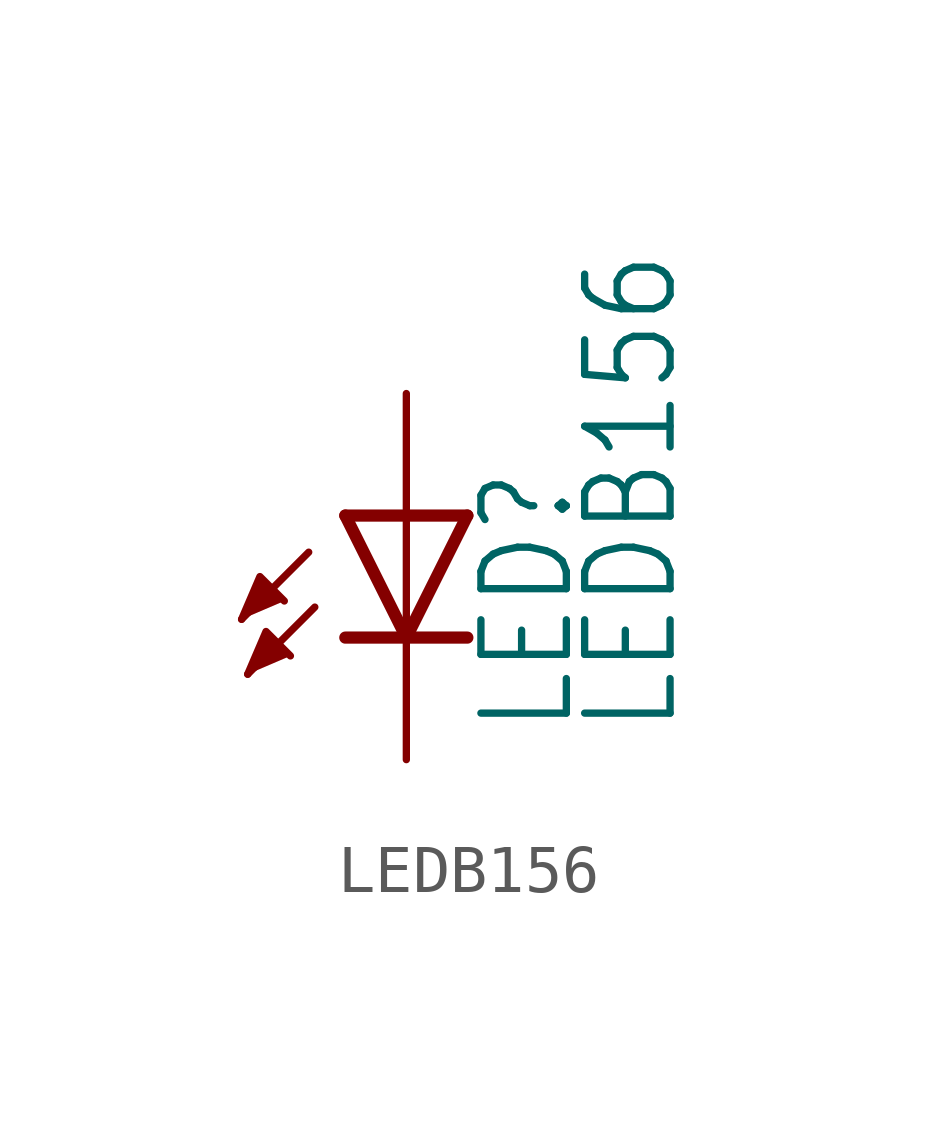
<source format=kicad_sym>
(kicad_symbol_lib
  (version 20201005)
  (generator kicad_symbol_editor)
  (symbol "LEDB156"
    (property "Reference" "LED"
      (at 3.556 -4.572 90)
      (effects (font (size 1.778 1.511)) (justify left bottom)))
    (property "Value" "LEDB156"
      (at 5.715 -4.572 90)
      (effects (font (size 1.778 1.511)) (justify left bottom)))
    (property "ki_locked" ""
      (at 0 0 0)
      (effects (font (size 1.27 1.27))))
    (symbol "LEDB156_1_0"
      (polyline (pts (xy 1.27 0) (xy 0 -2.54)) (stroke (width 0.254)) (fill (type none)))
      (polyline (pts (xy 0 -2.54) (xy -1.27 0)) (stroke (width 0.254)) (fill (type none)))
      (polyline (pts (xy 1.27 -2.54) (xy 0 -2.54)) (stroke (width 0.254)) (fill (type none)))
      (polyline (pts (xy 0 -2.54) (xy -1.27 -2.54)) (stroke (width 0.254)) (fill (type none)))
      (polyline (pts (xy 1.27 0) (xy 0 0)) (stroke (width 0.254)) (fill (type none)))
      (polyline (pts (xy 0 0) (xy -1.27 0)) (stroke (width 0.254)) (fill (type none)))
      (polyline (pts (xy 0 0) (xy 0 -2.54)) (stroke (width 0.152)) (fill (type none)))
      (polyline (pts (xy -2.032 -0.762) (xy -3.429 -2.159)) (stroke (width 0.152)) (fill (type none)))
      (polyline (pts (xy -1.905 -1.905) (xy -3.302 -3.302)) (stroke (width 0.152)) (fill (type none)))
      (polyline (pts (xy -3.429 -2.159) (xy -3.048 -1.27) (xy -2.54 -1.778)) (stroke (width 0)) (fill (type outline)))
      (polyline (pts (xy -3.302 -3.302) (xy -2.921 -2.413) (xy -2.413 -2.921)) (stroke (width 0)) (fill (type outline)))
      (pin passive line (at 0 -5.08 90) (length 2.54) (name "C" (effects (font (size 0 0)))) (number "K" (effects (font (size 0 0)))))
      (pin passive line (at 0 2.54 270) (length 2.54) (name "A" (effects (font (size 0 0)))) (number "A" (effects (font (size 0 0))))))))
</source>
